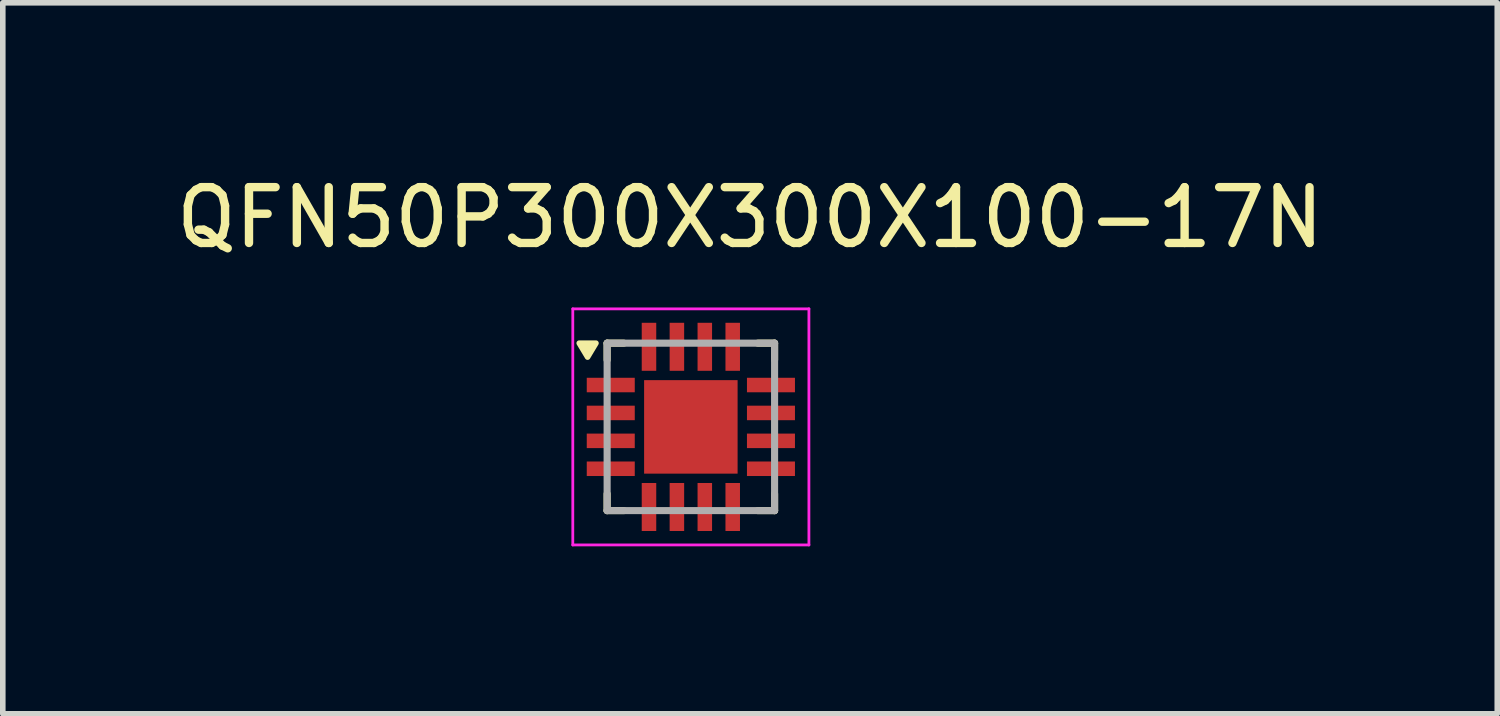
<source format=kicad_pcb>
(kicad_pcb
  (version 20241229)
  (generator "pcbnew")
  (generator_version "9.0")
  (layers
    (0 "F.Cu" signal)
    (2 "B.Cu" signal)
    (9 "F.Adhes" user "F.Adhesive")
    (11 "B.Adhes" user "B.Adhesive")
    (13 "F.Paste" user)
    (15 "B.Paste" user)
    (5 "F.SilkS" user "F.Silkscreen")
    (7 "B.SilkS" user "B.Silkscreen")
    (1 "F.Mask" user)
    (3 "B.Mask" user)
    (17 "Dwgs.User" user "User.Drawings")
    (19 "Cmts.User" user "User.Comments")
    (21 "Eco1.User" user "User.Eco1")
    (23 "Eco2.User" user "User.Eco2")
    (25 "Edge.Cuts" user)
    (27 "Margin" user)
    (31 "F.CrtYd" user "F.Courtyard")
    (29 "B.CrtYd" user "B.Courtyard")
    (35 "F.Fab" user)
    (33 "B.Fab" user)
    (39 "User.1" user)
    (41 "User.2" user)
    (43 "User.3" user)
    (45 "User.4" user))
  (footprint "QFN50P300X300X100-17N"
    (layer "F.Cu")
    (at 9.327 4.598)
    (property "Reference" "QFN50P300X300X100-17N" (at 1.06 -3.75 0) (layer "F.SilkS") (effects (font (size 1 1) (thickness 0.15))))
    (attr smd)
    (fp_line (start -1.5 -1.5) (end -1.5 -1.2) (stroke (width 0.127) (type solid)) (layer "F.SilkS"))
    (fp_line (start -1.5 1.5) (end -1.5 1.2) (stroke (width 0.127) (type solid)) (layer "F.SilkS"))
    (fp_line (start -1.5 1.5) (end -1.2 1.5) (stroke (width 0.127) (type solid)) (layer "F.SilkS"))
    (fp_line (start -1.2 -1.5) (end -1.5 -1.5) (stroke (width 0.127) (type solid)) (layer "F.SilkS"))
    (fp_line (start 1.2 1.5) (end 1.5 1.5) (stroke (width 0.127) (type solid)) (layer "F.SilkS"))
    (fp_line (start 1.5 -1.5) (end 1.2 -1.5) (stroke (width 0.127) (type solid)) (layer "F.SilkS"))
    (fp_line (start 1.5 -1.2) (end 1.5 -1.5) (stroke (width 0.127) (type solid)) (layer "F.SilkS"))
    (fp_line (start 1.5 1.5) (end 1.5 1.2) (stroke (width 0.127) (type solid)) (layer "F.SilkS"))
    (fp_poly (pts (xy -2 -1.5) (xy -1.7 -1.5) (xy -1.85 -1.25)) (stroke (width 0.1) (type solid)) (fill yes) (layer "F.SilkS"))
    (fp_poly (pts (xy -0.635 -0.635) (xy -0.105 -0.635) (xy -0.105 -0.105) (xy -0.635 -0.105)) (stroke (width 0.01) (type solid)) (fill yes) (layer "F.Paste"))
    (fp_poly (pts (xy -0.635 0.105) (xy -0.105 0.105) (xy -0.105 0.635) (xy -0.635 0.635)) (stroke (width 0.01) (type solid)) (fill yes) (layer "F.Paste"))
    (fp_poly (pts (xy 0.105 -0.635) (xy 0.635 -0.635) (xy 0.635 -0.105) (xy 0.105 -0.105)) (stroke (width 0.01) (type solid)) (fill yes) (layer "F.Paste"))
    (fp_poly (pts (xy 0.105 0.105) (xy 0.635 0.105) (xy 0.635 0.635) (xy 0.105 0.635)) (stroke (width 0.01) (type solid)) (fill yes) (layer "F.Paste"))
    (fp_line (start -2.115 -2.115) (end -2.115 2.115) (stroke (width 0.05) (type solid)) (layer "F.CrtYd"))
    (fp_line (start -2.115 2.115) (end 2.115 2.115) (stroke (width 0.05) (type solid)) (layer "F.CrtYd"))
    (fp_line (start 2.115 -2.115) (end -2.115 -2.115) (stroke (width 0.05) (type solid)) (layer "F.CrtYd"))
    (fp_line (start 2.115 2.115) (end 2.115 -2.115) (stroke (width 0.05) (type solid)) (layer "F.CrtYd"))
    (fp_line (start -1.5 -1.5) (end -1.5 1.5) (stroke (width 0.127) (type solid)) (layer "F.Fab"))
    (fp_line (start -1.5 1.5) (end 1.5 1.5) (stroke (width 0.127) (type solid)) (layer "F.Fab"))
    (fp_line (start 1.5 -1.5) (end -1.5 -1.5) (stroke (width 0.127) (type solid)) (layer "F.Fab"))
    (fp_line (start 1.5 1.5) (end 1.5 -1.5) (stroke (width 0.127) (type solid)) (layer "F.Fab"))
    (pad "1" smd rect (at -1.435 -0.75) (size 0.86 0.26) (layers "F.Cu" "F.Mask" "F.Paste"))
    (pad "2" smd rect (at -1.435 -0.25) (size 0.86 0.26) (layers "F.Cu" "F.Mask" "F.Paste"))
    (pad "3" smd rect (at -1.435 0.25) (size 0.86 0.26) (layers "F.Cu" "F.Mask" "F.Paste"))
    (pad "4" smd rect (at -1.435 0.75) (size 0.86 0.26) (layers "F.Cu" "F.Mask" "F.Paste"))
    (pad "5" smd rect (at -0.75 1.435) (size 0.26 0.86) (layers "F.Cu" "F.Mask" "F.Paste"))
    (pad "6" smd rect (at -0.25 1.435) (size 0.26 0.86) (layers "F.Cu" "F.Mask" "F.Paste"))
    (pad "7" smd rect (at 0.25 1.435) (size 0.26 0.86) (layers "F.Cu" "F.Mask" "F.Paste"))
    (pad "8" smd rect (at 0.75 1.435) (size 0.26 0.86) (layers "F.Cu" "F.Mask" "F.Paste"))
    (pad "9" smd rect (at 1.435 0.75) (size 0.86 0.26) (layers "F.Cu" "F.Mask" "F.Paste"))
    (pad "10" smd rect (at 1.435 0.25) (size 0.86 0.26) (layers "F.Cu" "F.Mask" "F.Paste"))
    (pad "11" smd rect (at 1.435 -0.25) (size 0.86 0.26) (layers "F.Cu" "F.Mask" "F.Paste"))
    (pad "12" smd rect (at 1.435 -0.75) (size 0.86 0.26) (layers "F.Cu" "F.Mask" "F.Paste"))
    (pad "13" smd rect (at 0.75 -1.435) (size 0.26 0.86) (layers "F.Cu" "F.Mask" "F.Paste"))
    (pad "14" smd rect (at 0.25 -1.435) (size 0.26 0.86) (layers "F.Cu" "F.Mask" "F.Paste"))
    (pad "15" smd rect (at -0.25 -1.435) (size 0.26 0.86) (layers "F.Cu" "F.Mask" "F.Paste"))
    (pad "16" smd rect (at -0.75 -1.435) (size 0.26 0.86) (layers "F.Cu" "F.Mask" "F.Paste"))
    (pad "17" smd rect (at 0 0) (size 1.675 1.675) (layers "F.Cu" "F.Mask")))
  (gr_rect
    (start -3 -3)
    (end 23.774 9.738)
    (stroke (width 0.1) (type default))
    (fill no)
    (layer "Edge.Cuts")))
</source>
